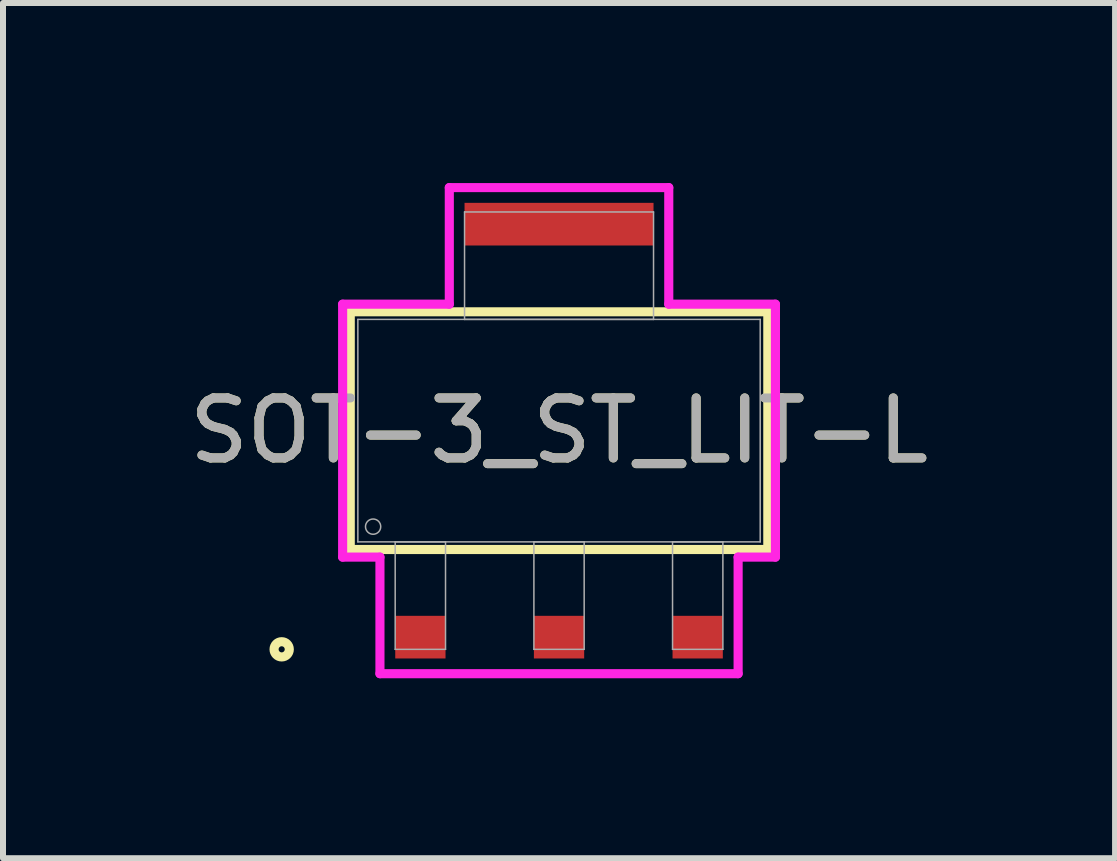
<source format=kicad_pcb>
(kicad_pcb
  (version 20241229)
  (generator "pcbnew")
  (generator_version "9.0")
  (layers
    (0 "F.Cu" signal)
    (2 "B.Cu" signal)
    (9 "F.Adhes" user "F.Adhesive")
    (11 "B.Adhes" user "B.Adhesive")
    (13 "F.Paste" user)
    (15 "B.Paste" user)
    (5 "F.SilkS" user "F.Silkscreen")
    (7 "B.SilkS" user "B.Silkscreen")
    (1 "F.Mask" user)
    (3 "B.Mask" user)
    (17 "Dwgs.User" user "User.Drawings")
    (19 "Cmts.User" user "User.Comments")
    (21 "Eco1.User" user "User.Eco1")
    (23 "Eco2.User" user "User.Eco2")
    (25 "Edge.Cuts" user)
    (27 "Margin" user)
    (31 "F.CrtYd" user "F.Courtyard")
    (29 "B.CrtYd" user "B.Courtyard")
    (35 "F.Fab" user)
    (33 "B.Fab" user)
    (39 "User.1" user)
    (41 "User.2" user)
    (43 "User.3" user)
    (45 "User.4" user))
  (footprint "SOT-3_ST_LIT-L"
    (layer "F.Cu")
    (at 6.268 4.128)
    (property "Reference" "SOT-3_ST_LIT-L" (at 0 0 0) (unlocked yes) (layer "F.SilkS") (effects (font (size 1 1) (thickness 0.15))))
    (attr smd)
    (fp_poly (pts (xy 1.575 -3.797) (xy -1.575 -3.797) (xy -1.575 -3.086) (xy 1.575 -3.086)) (stroke (width 0) (type solid)) (fill yes) (layer "F.Cu"))
    (fp_poly (pts (xy 1.575 -3.95) (xy -1.575 -3.95) (xy -1.575 -2.832) (xy 1.575 -2.832)) (stroke (width 0) (type solid)) (fill yes) (layer "F.Mask"))
    (fp_line (start -3.48 -1.981) (end -3.48 1.981) (stroke (width 0.152) (type solid)) (layer "F.SilkS"))
    (fp_line (start -3.48 1.981) (end 3.48 1.981) (stroke (width 0.152) (type solid)) (layer "F.SilkS"))
    (fp_line (start 3.48 -1.981) (end -3.48 -1.981) (stroke (width 0.152) (type solid)) (layer "F.SilkS"))
    (fp_line (start 3.48 1.981) (end 3.48 -1.981) (stroke (width 0.152) (type solid)) (layer "F.SilkS"))
    (fp_circle (center -4.623 3.645) (end -4.496 3.645) (stroke (width 0.152) (type solid)) (fill no) (layer "F.SilkS"))
    (fp_poly (pts (xy 1.575 -3.797) (xy -1.575 -3.797) (xy -1.575 -3.086) (xy 1.575 -3.086)) (stroke (width 0) (type solid)) (fill yes) (layer "F.Paste"))
    (fp_line (start -3.607 -2.108) (end -1.829 -2.108) (stroke (width 0.152) (type solid)) (layer "F.CrtYd"))
    (fp_line (start -3.607 2.108) (end -3.607 -2.108) (stroke (width 0.152) (type solid)) (layer "F.CrtYd"))
    (fp_line (start -2.985 2.108) (end -3.607 2.108) (stroke (width 0.152) (type solid)) (layer "F.CrtYd"))
    (fp_line (start -2.985 4.051) (end -2.985 2.108) (stroke (width 0.152) (type solid)) (layer "F.CrtYd"))
    (fp_line (start -1.829 -4.051) (end 1.829 -4.051) (stroke (width 0.152) (type solid)) (layer "F.CrtYd"))
    (fp_line (start -1.829 -2.108) (end -1.829 -4.051) (stroke (width 0.152) (type solid)) (layer "F.CrtYd"))
    (fp_line (start 1.829 -4.051) (end 1.829 -2.108) (stroke (width 0.152) (type solid)) (layer "F.CrtYd"))
    (fp_line (start 1.829 -2.108) (end 3.607 -2.108) (stroke (width 0.152) (type solid)) (layer "F.CrtYd"))
    (fp_line (start 2.985 2.108) (end 2.985 4.051) (stroke (width 0.152) (type solid)) (layer "F.CrtYd"))
    (fp_line (start 2.985 4.051) (end -2.985 4.051) (stroke (width 0.152) (type solid)) (layer "F.CrtYd"))
    (fp_line (start 3.607 -2.108) (end 3.607 2.108) (stroke (width 0.152) (type solid)) (layer "F.CrtYd"))
    (fp_line (start 3.607 2.108) (end 2.985 2.108) (stroke (width 0.152) (type solid)) (layer "F.CrtYd"))
    (fp_line (start -3.353 -1.854) (end -3.353 1.854) (stroke (width 0.025) (type solid)) (layer "F.Fab"))
    (fp_line (start -3.353 1.854) (end 3.353 1.854) (stroke (width 0.025) (type solid)) (layer "F.Fab"))
    (fp_line (start -2.731 1.854) (end -2.731 3.645) (stroke (width 0.025) (type solid)) (layer "F.Fab"))
    (fp_line (start -2.731 3.645) (end -1.892 3.645) (stroke (width 0.025) (type solid)) (layer "F.Fab"))
    (fp_line (start -1.892 1.854) (end -2.731 1.854) (stroke (width 0.025) (type solid)) (layer "F.Fab"))
    (fp_line (start -1.892 3.645) (end -1.892 1.854) (stroke (width 0.025) (type solid)) (layer "F.Fab"))
    (fp_line (start -1.575 -3.645) (end -1.575 -1.854) (stroke (width 0.025) (type solid)) (layer "F.Fab"))
    (fp_line (start -1.575 -1.854) (end 1.575 -1.854) (stroke (width 0.025) (type solid)) (layer "F.Fab"))
    (fp_line (start -0.419 1.854) (end -0.419 3.645) (stroke (width 0.025) (type solid)) (layer "F.Fab"))
    (fp_line (start -0.419 3.645) (end 0.419 3.645) (stroke (width 0.025) (type solid)) (layer "F.Fab"))
    (fp_line (start 0.419 1.854) (end -0.419 1.854) (stroke (width 0.025) (type solid)) (layer "F.Fab"))
    (fp_line (start 0.419 3.645) (end 0.419 1.854) (stroke (width 0.025) (type solid)) (layer "F.Fab"))
    (fp_line (start 1.575 -3.645) (end -1.575 -3.645) (stroke (width 0.025) (type solid)) (layer "F.Fab"))
    (fp_line (start 1.575 -1.854) (end 1.575 -3.645) (stroke (width 0.025) (type solid)) (layer "F.Fab"))
    (fp_line (start 1.892 1.854) (end 1.892 3.645) (stroke (width 0.025) (type solid)) (layer "F.Fab"))
    (fp_line (start 1.892 3.645) (end 2.731 3.645) (stroke (width 0.025) (type solid)) (layer "F.Fab"))
    (fp_line (start 2.731 1.854) (end 1.892 1.854) (stroke (width 0.025) (type solid)) (layer "F.Fab"))
    (fp_line (start 2.731 3.645) (end 2.731 1.854) (stroke (width 0.025) (type solid)) (layer "F.Fab"))
    (fp_line (start 3.353 -1.854) (end -3.353 -1.854) (stroke (width 0.025) (type solid)) (layer "F.Fab"))
    (fp_line (start 3.353 1.854) (end 3.353 -1.854) (stroke (width 0.025) (type solid)) (layer "F.Fab"))
    (fp_circle (center -3.099 1.6) (end -2.972 1.6) (stroke (width 0.025) (type solid)) (fill no) (layer "F.Fab"))
    (fp_text user "${REFERENCE}" (at 0 0 0) (unlocked yes) (layer "F.Fab") (effects (font (size 1 1) (thickness 0.15))))
    (pad "1" smd rect (at -2.311 3.442) (size 0.838 0.711) (layers "F.Cu" "F.Mask" "F.Paste"))
    (pad "2" smd rect (at 0 3.442) (size 0.838 0.711) (layers "F.Cu" "F.Mask" "F.Paste"))
    (pad "3" smd rect (at 2.311 3.442) (size 0.838 0.711) (layers "F.Cu" "F.Mask" "F.Paste")))
  (gr_rect
    (start -3 -3)
    (end 15.536 11.255)
    (stroke (width 0.1) (type default))
    (fill no)
    (layer "Edge.Cuts")))
</source>
